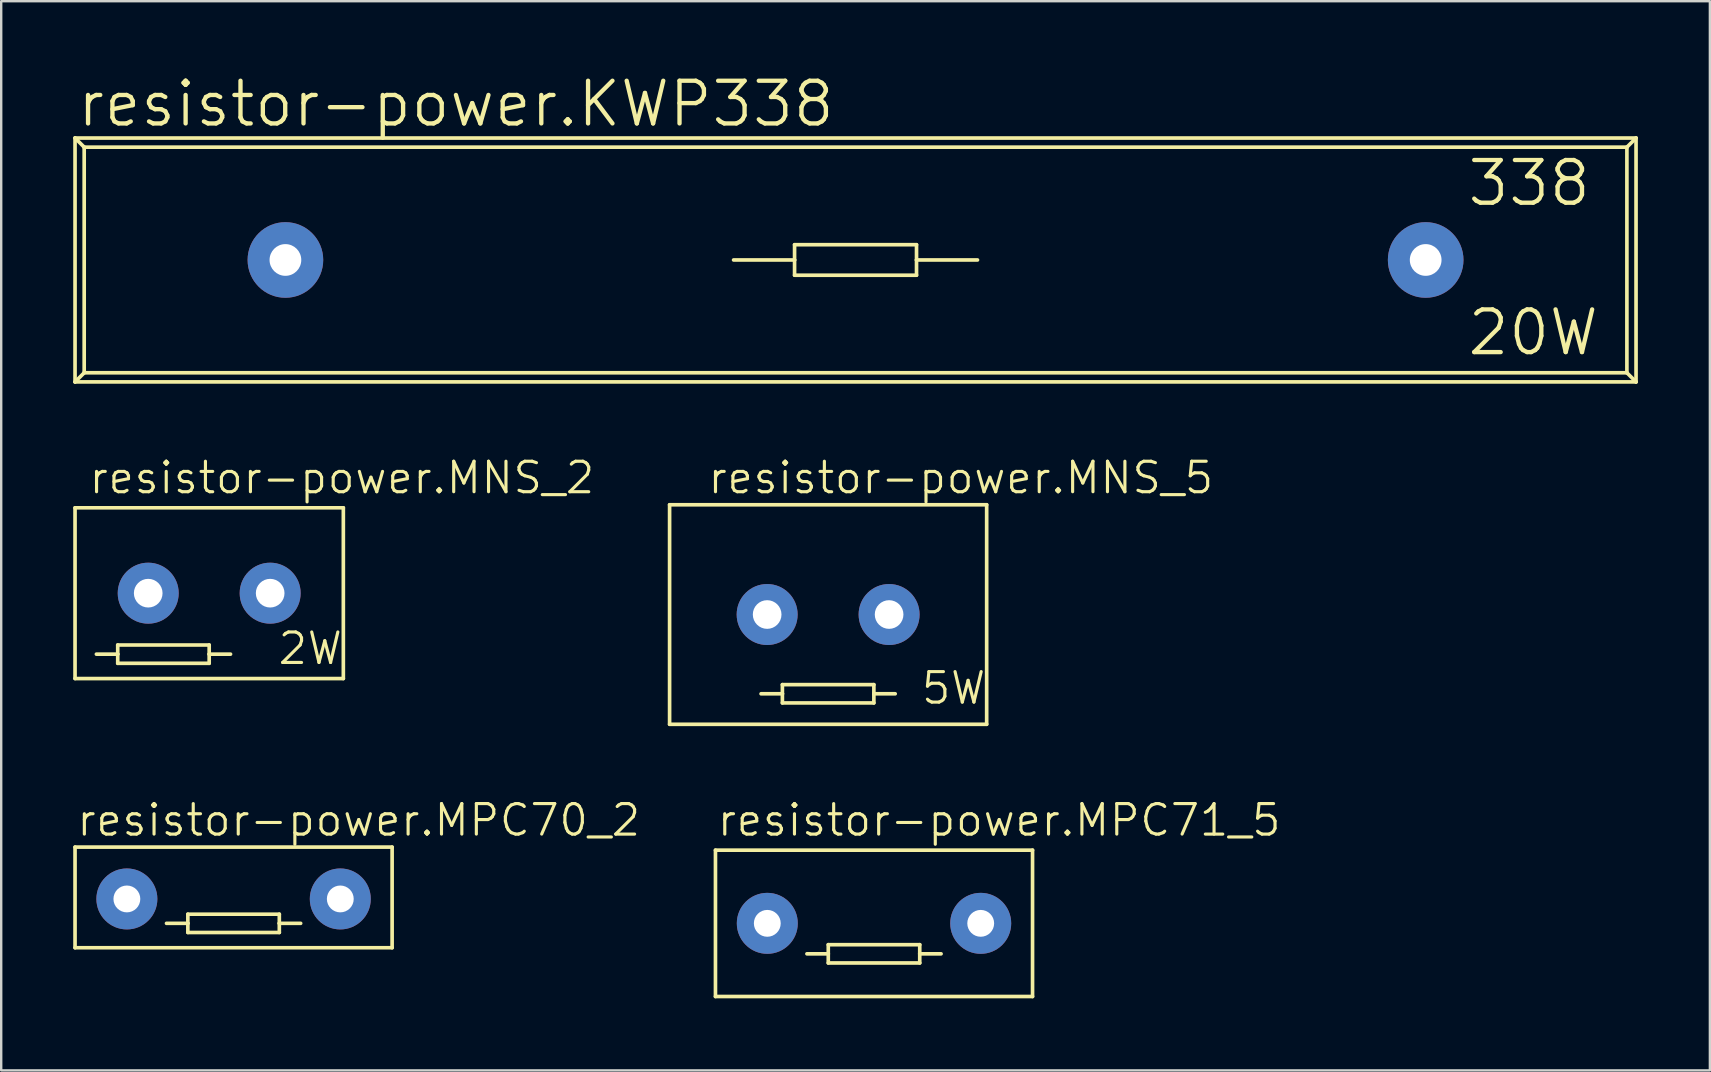
<source format=kicad_pcb>
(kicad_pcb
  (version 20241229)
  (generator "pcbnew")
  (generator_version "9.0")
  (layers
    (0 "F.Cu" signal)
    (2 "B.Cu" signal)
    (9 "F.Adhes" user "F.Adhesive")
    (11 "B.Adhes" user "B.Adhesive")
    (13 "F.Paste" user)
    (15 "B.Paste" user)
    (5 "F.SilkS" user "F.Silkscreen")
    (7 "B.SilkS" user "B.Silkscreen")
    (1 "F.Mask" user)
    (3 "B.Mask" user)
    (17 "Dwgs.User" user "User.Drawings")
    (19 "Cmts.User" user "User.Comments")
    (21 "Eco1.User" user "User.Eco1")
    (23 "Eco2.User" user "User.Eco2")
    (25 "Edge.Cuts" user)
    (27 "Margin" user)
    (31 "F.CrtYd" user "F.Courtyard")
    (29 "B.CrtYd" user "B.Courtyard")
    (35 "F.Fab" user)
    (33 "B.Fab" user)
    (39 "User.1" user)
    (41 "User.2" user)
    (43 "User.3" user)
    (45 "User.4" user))
  (footprint "resistor-power.KWP338"
    (layer "F.Cu")
    (at 32.588 7.779)
    (property "Reference" "resistor-power.KWP338" (at -32.512 -5.461 0) (layer "F.SilkS") (effects (font (size 1.778 1.778) (thickness 0.18)) (justify left bottom)))
    (attr through_hole)
    (fp_line (start -32.512 -5.08) (end -32.512 5.08) (stroke (width 0.152) (type default)) (layer "F.SilkS"))
    (fp_line (start -32.512 5.08) (end 32.512 5.08) (stroke (width 0.152) (type default)) (layer "F.SilkS"))
    (fp_line (start -32.131 -4.699) (end -32.512 -5.08) (stroke (width 0.152) (type default)) (layer "F.SilkS"))
    (fp_line (start -32.131 -4.699) (end -32.131 4.699) (stroke (width 0.152) (type default)) (layer "F.SilkS"))
    (fp_line (start -32.131 4.699) (end -32.512 5.08) (stroke (width 0.152) (type default)) (layer "F.SilkS"))
    (fp_line (start -32.131 4.699) (end 32.131 4.699) (stroke (width 0.152) (type default)) (layer "F.SilkS"))
    (fp_line (start -2.54 -0.635) (end -2.54 0) (stroke (width 0.152) (type default)) (layer "F.SilkS"))
    (fp_line (start -2.54 0) (end -5.08 0) (stroke (width 0.152) (type default)) (layer "F.SilkS"))
    (fp_line (start -2.54 0) (end -2.54 0.635) (stroke (width 0.152) (type default)) (layer "F.SilkS"))
    (fp_line (start -2.54 0.635) (end 2.54 0.635) (stroke (width 0.152) (type default)) (layer "F.SilkS"))
    (fp_line (start 2.54 -0.635) (end -2.54 -0.635) (stroke (width 0.152) (type default)) (layer "F.SilkS"))
    (fp_line (start 2.54 0) (end 2.54 -0.635) (stroke (width 0.152) (type default)) (layer "F.SilkS"))
    (fp_line (start 2.54 0.635) (end 2.54 0) (stroke (width 0.152) (type default)) (layer "F.SilkS"))
    (fp_line (start 5.08 0) (end 2.54 0) (stroke (width 0.152) (type default)) (layer "F.SilkS"))
    (fp_line (start 32.131 -4.699) (end -32.131 -4.699) (stroke (width 0.152) (type default)) (layer "F.SilkS"))
    (fp_line (start 32.131 -4.699) (end 32.512 -5.08) (stroke (width 0.152) (type default)) (layer "F.SilkS"))
    (fp_line (start 32.131 4.699) (end 32.131 -4.699) (stroke (width 0.152) (type default)) (layer "F.SilkS"))
    (fp_line (start 32.131 4.699) (end 32.512 5.08) (stroke (width 0.152) (type default)) (layer "F.SilkS"))
    (fp_line (start 32.512 -5.08) (end -32.512 -5.08) (stroke (width 0.152) (type default)) (layer "F.SilkS"))
    (fp_line (start 32.512 5.08) (end 32.512 -5.08) (stroke (width 0.152) (type default)) (layer "F.SilkS"))
    (fp_text user "338" (at 25.4 -2.159 0) (layer "F.SilkS") (effects (font (size 1.778 1.778) (thickness 0.18)) (justify left bottom)))
    (fp_text user "20W" (at 25.4 4.064 0) (layer "F.SilkS") (effects (font (size 1.778 1.778) (thickness 0.18)) (justify left bottom)))
    (pad "1" thru_hole circle (at -23.749 0) (size 3.15 3.15) (drill 1.321) (layers "*.Cu" "*.Mask"))
    (pad "2" thru_hole circle (at 23.749 0) (size 3.15 3.15) (drill 1.321) (layers "*.Cu" "*.Mask")))
  (footprint "resistor-power.MPC70_2"
    (layer "F.Cu")
    (at 6.68 34.396)
    (property "Reference" "resistor-power.MPC70_2" (at -6.604 -2.54 0) (layer "F.SilkS") (effects (font (size 1.27 1.27) (thickness 0.13)) (justify left bottom)))
    (attr through_hole)
    (fp_line (start -6.604 -2.159) (end -6.604 2.032) (stroke (width 0.152) (type default)) (layer "F.SilkS"))
    (fp_line (start -6.604 2.032) (end 6.604 2.032) (stroke (width 0.152) (type default)) (layer "F.SilkS"))
    (fp_line (start -1.905 0.635) (end -1.905 1.016) (stroke (width 0.152) (type default)) (layer "F.SilkS"))
    (fp_line (start -1.905 1.016) (end -2.794 1.016) (stroke (width 0.152) (type default)) (layer "F.SilkS"))
    (fp_line (start -1.905 1.016) (end -1.905 1.397) (stroke (width 0.152) (type default)) (layer "F.SilkS"))
    (fp_line (start -1.905 1.397) (end 1.905 1.397) (stroke (width 0.152) (type default)) (layer "F.SilkS"))
    (fp_line (start 1.905 0.635) (end -1.905 0.635) (stroke (width 0.152) (type default)) (layer "F.SilkS"))
    (fp_line (start 1.905 1.016) (end 1.905 0.635) (stroke (width 0.152) (type default)) (layer "F.SilkS"))
    (fp_line (start 1.905 1.016) (end 2.794 1.016) (stroke (width 0.152) (type default)) (layer "F.SilkS"))
    (fp_line (start 1.905 1.397) (end 1.905 1.016) (stroke (width 0.152) (type default)) (layer "F.SilkS"))
    (fp_line (start 6.604 -2.159) (end -6.604 -2.159) (stroke (width 0.152) (type default)) (layer "F.SilkS"))
    (fp_line (start 6.604 2.032) (end 6.604 -2.159) (stroke (width 0.152) (type default)) (layer "F.SilkS"))
    (pad "1" thru_hole circle (at -4.445 0) (size 2.54 2.54) (drill 1.118) (layers "*.Cu" "*.Mask"))
    (pad "2" thru_hole circle (at 4.445 0) (size 2.54 2.54) (drill 1.118) (layers "*.Cu" "*.Mask")))
  (footprint "resistor-power.MNS_2"
    (layer "F.Cu")
    (at 5.664 21.659)
    (property "Reference" "resistor-power.MNS_2" (at -5.08 -4.064 0) (layer "F.SilkS") (effects (font (size 1.27 1.27) (thickness 0.13)) (justify left bottom)))
    (attr through_hole)
    (fp_line (start -5.588 -3.556) (end -5.588 3.556) (stroke (width 0.152) (type default)) (layer "F.SilkS"))
    (fp_line (start -5.588 3.556) (end 5.588 3.556) (stroke (width 0.152) (type default)) (layer "F.SilkS"))
    (fp_line (start -3.81 2.159) (end -3.81 2.54) (stroke (width 0.152) (type default)) (layer "F.SilkS"))
    (fp_line (start -3.81 2.54) (end -4.699 2.54) (stroke (width 0.152) (type default)) (layer "F.SilkS"))
    (fp_line (start -3.81 2.54) (end -3.81 2.921) (stroke (width 0.152) (type default)) (layer "F.SilkS"))
    (fp_line (start -3.81 2.921) (end 0 2.921) (stroke (width 0.152) (type default)) (layer "F.SilkS"))
    (fp_line (start 0 2.159) (end -3.81 2.159) (stroke (width 0.152) (type default)) (layer "F.SilkS"))
    (fp_line (start 0 2.54) (end 0 2.159) (stroke (width 0.152) (type default)) (layer "F.SilkS"))
    (fp_line (start 0 2.54) (end 0.889 2.54) (stroke (width 0.152) (type default)) (layer "F.SilkS"))
    (fp_line (start 0 2.921) (end 0 2.54) (stroke (width 0.152) (type default)) (layer "F.SilkS"))
    (fp_line (start 5.588 -3.556) (end -5.588 -3.556) (stroke (width 0.152) (type default)) (layer "F.SilkS"))
    (fp_line (start 5.588 3.556) (end 5.588 -3.556) (stroke (width 0.152) (type default)) (layer "F.SilkS"))
    (fp_text user "2W" (at 2.794 3.048 0) (layer "F.SilkS") (effects (font (size 1.27 1.27) (thickness 0.13)) (justify left bottom)))
    (pad "1" thru_hole circle (at -2.54 0) (size 2.54 2.54) (drill 1.194) (layers "*.Cu" "*.Mask"))
    (pad "2" thru_hole circle (at 2.54 0) (size 2.54 2.54) (drill 1.194) (layers "*.Cu" "*.Mask")))
  (footprint "resistor-power.MPC71_5"
    (layer "F.Cu")
    (at 33.357 35.412)
    (property "Reference" "resistor-power.MPC71_5" (at -6.604 -3.556 0) (layer "F.SilkS") (effects (font (size 1.27 1.27) (thickness 0.13)) (justify left bottom)))
    (attr through_hole)
    (fp_line (start -6.604 -3.048) (end -6.604 3.048) (stroke (width 0.152) (type default)) (layer "F.SilkS"))
    (fp_line (start -6.604 3.048) (end 6.604 3.048) (stroke (width 0.152) (type default)) (layer "F.SilkS"))
    (fp_line (start -1.905 0.889) (end -1.905 1.27) (stroke (width 0.152) (type default)) (layer "F.SilkS"))
    (fp_line (start -1.905 1.27) (end -2.794 1.27) (stroke (width 0.152) (type default)) (layer "F.SilkS"))
    (fp_line (start -1.905 1.27) (end -1.905 1.651) (stroke (width 0.152) (type default)) (layer "F.SilkS"))
    (fp_line (start -1.905 1.651) (end 1.905 1.651) (stroke (width 0.152) (type default)) (layer "F.SilkS"))
    (fp_line (start 1.905 0.889) (end -1.905 0.889) (stroke (width 0.152) (type default)) (layer "F.SilkS"))
    (fp_line (start 1.905 1.27) (end 1.905 0.889) (stroke (width 0.152) (type default)) (layer "F.SilkS"))
    (fp_line (start 1.905 1.27) (end 2.794 1.27) (stroke (width 0.152) (type default)) (layer "F.SilkS"))
    (fp_line (start 1.905 1.651) (end 1.905 1.27) (stroke (width 0.152) (type default)) (layer "F.SilkS"))
    (fp_line (start 6.604 -3.048) (end -6.604 -3.048) (stroke (width 0.152) (type default)) (layer "F.SilkS"))
    (fp_line (start 6.604 3.048) (end 6.604 -3.048) (stroke (width 0.152) (type default)) (layer "F.SilkS"))
    (pad "1" thru_hole circle (at -4.445 0) (size 2.54 2.54) (drill 1.118) (layers "*.Cu" "*.Mask"))
    (pad "2" thru_hole circle (at 4.445 0) (size 2.54 2.54) (drill 1.118) (layers "*.Cu" "*.Mask")))
  (footprint "resistor-power.MNS_5"
    (layer "F.Cu")
    (at 31.446 22.548)
    (property "Reference" "resistor-power.MNS_5" (at -5.08 -4.953 0) (layer "F.SilkS") (effects (font (size 1.27 1.27) (thickness 0.13)) (justify left bottom)))
    (attr through_hole)
    (fp_line (start -6.604 -4.572) (end -6.604 4.572) (stroke (width 0.152) (type default)) (layer "F.SilkS"))
    (fp_line (start -6.604 4.572) (end 6.604 4.572) (stroke (width 0.152) (type default)) (layer "F.SilkS"))
    (fp_line (start -1.905 2.921) (end -1.905 3.302) (stroke (width 0.152) (type default)) (layer "F.SilkS"))
    (fp_line (start -1.905 3.302) (end -2.794 3.302) (stroke (width 0.152) (type default)) (layer "F.SilkS"))
    (fp_line (start -1.905 3.302) (end -1.905 3.683) (stroke (width 0.152) (type default)) (layer "F.SilkS"))
    (fp_line (start -1.905 3.683) (end 1.905 3.683) (stroke (width 0.152) (type default)) (layer "F.SilkS"))
    (fp_line (start 1.905 2.921) (end -1.905 2.921) (stroke (width 0.152) (type default)) (layer "F.SilkS"))
    (fp_line (start 1.905 3.302) (end 1.905 2.921) (stroke (width 0.152) (type default)) (layer "F.SilkS"))
    (fp_line (start 1.905 3.302) (end 2.794 3.302) (stroke (width 0.152) (type default)) (layer "F.SilkS"))
    (fp_line (start 1.905 3.683) (end 1.905 3.302) (stroke (width 0.152) (type default)) (layer "F.SilkS"))
    (fp_line (start 6.604 -4.572) (end -6.604 -4.572) (stroke (width 0.152) (type default)) (layer "F.SilkS"))
    (fp_line (start 6.604 4.572) (end 6.604 -4.572) (stroke (width 0.152) (type default)) (layer "F.SilkS"))
    (fp_text user "5W" (at 3.81 3.81 0) (layer "F.SilkS") (effects (font (size 1.27 1.27) (thickness 0.13)) (justify left bottom)))
    (pad "1" thru_hole circle (at -2.54 0) (size 2.54 2.54) (drill 1.194) (layers "*.Cu" "*.Mask"))
    (pad "2" thru_hole circle (at 2.54 0) (size 2.54 2.54) (drill 1.194) (layers "*.Cu" "*.Mask")))
  (gr_rect
    (start -3 -3)
    (end 68.176 41.537)
    (stroke (width 0.1) (type default))
    (fill no)
    (layer "Edge.Cuts")))
</source>
